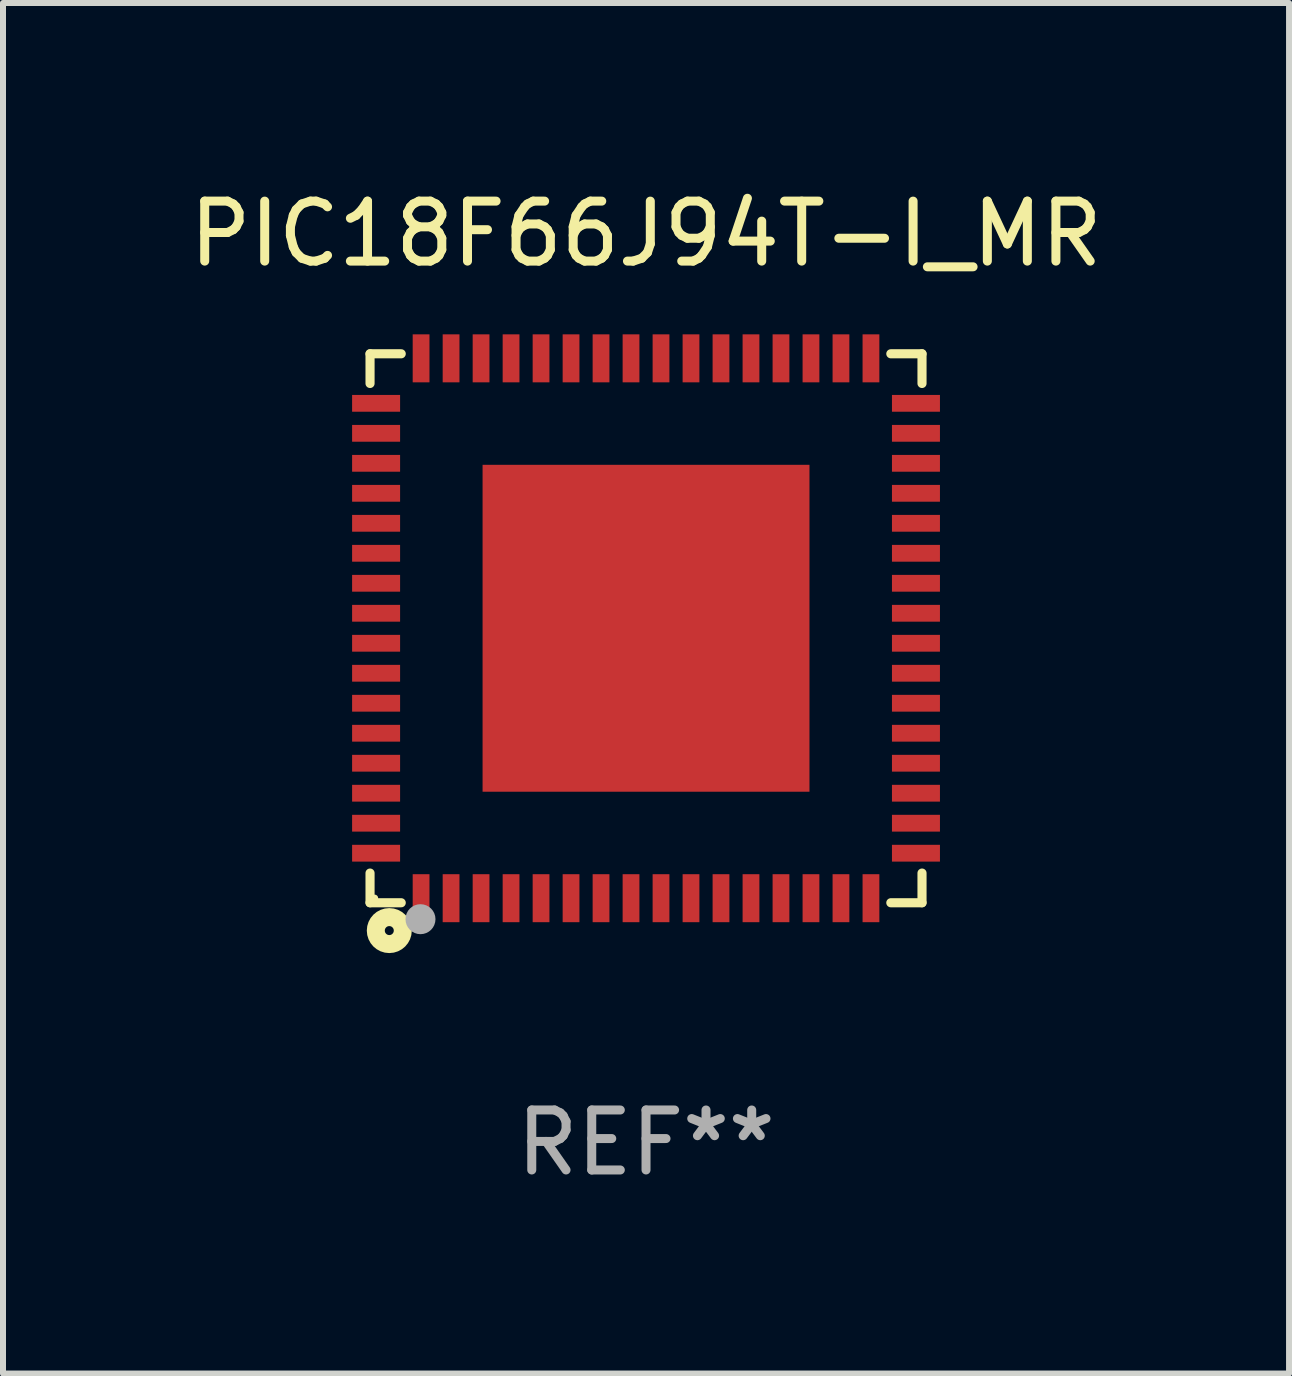
<source format=kicad_pcb>
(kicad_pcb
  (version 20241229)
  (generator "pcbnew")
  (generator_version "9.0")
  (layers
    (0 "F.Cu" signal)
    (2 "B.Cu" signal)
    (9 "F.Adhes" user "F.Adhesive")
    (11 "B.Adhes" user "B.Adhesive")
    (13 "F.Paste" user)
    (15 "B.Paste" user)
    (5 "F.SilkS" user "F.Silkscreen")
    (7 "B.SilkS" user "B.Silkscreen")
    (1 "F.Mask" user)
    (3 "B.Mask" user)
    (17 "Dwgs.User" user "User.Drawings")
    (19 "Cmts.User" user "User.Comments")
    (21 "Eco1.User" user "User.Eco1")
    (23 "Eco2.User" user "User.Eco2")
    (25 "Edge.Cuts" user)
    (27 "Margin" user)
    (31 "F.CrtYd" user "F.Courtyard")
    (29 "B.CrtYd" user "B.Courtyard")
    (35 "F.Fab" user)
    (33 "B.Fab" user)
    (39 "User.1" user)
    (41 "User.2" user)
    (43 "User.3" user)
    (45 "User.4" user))
  (footprint "PIC18F66J94T-I_MR"
    (layer "F.Cu")
    (at 7.72 7.424)
    (property "Reference" "PIC18F66J94T-I_MR" (at 0 -6.576 0) (layer "F.SilkS") (effects (font (size 1 1) (thickness 0.15))))
    (attr through_hole)
    (fp_line (start -4.601 -4.576) (end -4.081 -4.576) (stroke (width 0.152) (type solid)) (layer "F.SilkS"))
    (fp_line (start -4.601 -4.081) (end -4.601 -4.576) (stroke (width 0.152) (type solid)) (layer "F.SilkS"))
    (fp_line (start -4.601 4.081) (end -4.601 4.576) (stroke (width 0.152) (type solid)) (layer "F.SilkS"))
    (fp_line (start -4.601 4.576) (end -4.081 4.576) (stroke (width 0.152) (type solid)) (layer "F.SilkS"))
    (fp_line (start 4.601 -4.576) (end 4.081 -4.576) (stroke (width 0.152) (type solid)) (layer "F.SilkS"))
    (fp_line (start 4.601 -4.081) (end 4.601 -4.576) (stroke (width 0.152) (type solid)) (layer "F.SilkS"))
    (fp_line (start 4.601 4.081) (end 4.601 4.576) (stroke (width 0.152) (type solid)) (layer "F.SilkS"))
    (fp_line (start 4.601 4.576) (end 4.081 4.576) (stroke (width 0.152) (type solid)) (layer "F.SilkS"))
    (fp_circle (center -4.525 4.5) (end -4.495 4.5) (stroke (width 0.06) (type solid)) (fill no) (layer "F.SilkS"))
    (fp_circle (center -4.28 5.04) (end -4.205 5.04) (stroke (width 0.3) (type solid)) (fill no) (layer "F.SilkS"))
    (fp_circle (center -3.76 4.85) (end -3.635 4.85) (stroke (width 0.25) (type solid)) (fill no) (layer "F.Fab"))
    (fp_text user "REF**" (at 0 8.576 0) (layer "F.Fab") (effects (font (size 1 1) (thickness 0.15))))
    (pad "1" smd rect (at -3.75 4.5) (size 0.28 0.8) (layers "F.Cu" "F.Mask" "F.Paste"))
    (pad "2" smd rect (at -3.25 4.5) (size 0.28 0.8) (layers "F.Cu" "F.Mask" "F.Paste"))
    (pad "3" smd rect (at -2.75 4.5) (size 0.28 0.8) (layers "F.Cu" "F.Mask" "F.Paste"))
    (pad "4" smd rect (at -2.25 4.5) (size 0.28 0.8) (layers "F.Cu" "F.Mask" "F.Paste"))
    (pad "5" smd rect (at -1.75 4.5) (size 0.28 0.8) (layers "F.Cu" "F.Mask" "F.Paste"))
    (pad "6" smd rect (at -1.25 4.5) (size 0.28 0.8) (layers "F.Cu" "F.Mask" "F.Paste"))
    (pad "7" smd rect (at -0.75 4.5) (size 0.28 0.8) (layers "F.Cu" "F.Mask" "F.Paste"))
    (pad "8" smd rect (at -0.25 4.5) (size 0.28 0.8) (layers "F.Cu" "F.Mask" "F.Paste"))
    (pad "9" smd rect (at 0.25 4.5) (size 0.28 0.8) (layers "F.Cu" "F.Mask" "F.Paste"))
    (pad "10" smd rect (at 0.75 4.5) (size 0.28 0.8) (layers "F.Cu" "F.Mask" "F.Paste"))
    (pad "11" smd rect (at 1.25 4.5) (size 0.28 0.8) (layers "F.Cu" "F.Mask" "F.Paste"))
    (pad "12" smd rect (at 1.75 4.5) (size 0.28 0.8) (layers "F.Cu" "F.Mask" "F.Paste"))
    (pad "13" smd rect (at 2.25 4.5) (size 0.28 0.8) (layers "F.Cu" "F.Mask" "F.Paste"))
    (pad "14" smd rect (at 2.75 4.5) (size 0.28 0.8) (layers "F.Cu" "F.Mask" "F.Paste"))
    (pad "15" smd rect (at 3.25 4.5) (size 0.28 0.8) (layers "F.Cu" "F.Mask" "F.Paste"))
    (pad "16" smd rect (at 3.75 4.5) (size 0.28 0.8) (layers "F.Cu" "F.Mask" "F.Paste"))
    (pad "17" smd rect (at 4.5 3.75) (size 0.8 0.28) (layers "F.Cu" "F.Mask" "F.Paste"))
    (pad "18" smd rect (at 4.5 3.25) (size 0.8 0.28) (layers "F.Cu" "F.Mask" "F.Paste"))
    (pad "19" smd rect (at 4.5 2.75) (size 0.8 0.28) (layers "F.Cu" "F.Mask" "F.Paste"))
    (pad "20" smd rect (at 4.5 2.25) (size 0.8 0.28) (layers "F.Cu" "F.Mask" "F.Paste"))
    (pad "21" smd rect (at 4.5 1.75) (size 0.8 0.28) (layers "F.Cu" "F.Mask" "F.Paste"))
    (pad "22" smd rect (at 4.5 1.25) (size 0.8 0.28) (layers "F.Cu" "F.Mask" "F.Paste"))
    (pad "23" smd rect (at 4.5 0.75) (size 0.8 0.28) (layers "F.Cu" "F.Mask" "F.Paste"))
    (pad "24" smd rect (at 4.5 0.25) (size 0.8 0.28) (layers "F.Cu" "F.Mask" "F.Paste"))
    (pad "25" smd rect (at 4.5 -0.25) (size 0.8 0.28) (layers "F.Cu" "F.Mask" "F.Paste"))
    (pad "26" smd rect (at 4.5 -0.75) (size 0.8 0.28) (layers "F.Cu" "F.Mask" "F.Paste"))
    (pad "27" smd rect (at 4.5 -1.25) (size 0.8 0.28) (layers "F.Cu" "F.Mask" "F.Paste"))
    (pad "28" smd rect (at 4.5 -1.75) (size 0.8 0.28) (layers "F.Cu" "F.Mask" "F.Paste"))
    (pad "29" smd rect (at 4.5 -2.25) (size 0.8 0.28) (layers "F.Cu" "F.Mask" "F.Paste"))
    (pad "30" smd rect (at 4.5 -2.75) (size 0.8 0.28) (layers "F.Cu" "F.Mask" "F.Paste"))
    (pad "31" smd rect (at 4.5 -3.25) (size 0.8 0.28) (layers "F.Cu" "F.Mask" "F.Paste"))
    (pad "32" smd rect (at 4.5 -3.75) (size 0.8 0.28) (layers "F.Cu" "F.Mask" "F.Paste"))
    (pad "33" smd rect (at 3.75 -4.5) (size 0.28 0.8) (layers "F.Cu" "F.Mask" "F.Paste"))
    (pad "34" smd rect (at 3.25 -4.5) (size 0.28 0.8) (layers "F.Cu" "F.Mask" "F.Paste"))
    (pad "35" smd rect (at 2.75 -4.5) (size 0.28 0.8) (layers "F.Cu" "F.Mask" "F.Paste"))
    (pad "36" smd rect (at 2.25 -4.5) (size 0.28 0.8) (layers "F.Cu" "F.Mask" "F.Paste"))
    (pad "37" smd rect (at 1.75 -4.5) (size 0.28 0.8) (layers "F.Cu" "F.Mask" "F.Paste"))
    (pad "38" smd rect (at 1.25 -4.5) (size 0.28 0.8) (layers "F.Cu" "F.Mask" "F.Paste"))
    (pad "39" smd rect (at 0.75 -4.5) (size 0.28 0.8) (layers "F.Cu" "F.Mask" "F.Paste"))
    (pad "40" smd rect (at 0.25 -4.5) (size 0.28 0.8) (layers "F.Cu" "F.Mask" "F.Paste"))
    (pad "41" smd rect (at -0.25 -4.5) (size 0.28 0.8) (layers "F.Cu" "F.Mask" "F.Paste"))
    (pad "42" smd rect (at -0.75 -4.5) (size 0.28 0.8) (layers "F.Cu" "F.Mask" "F.Paste"))
    (pad "43" smd rect (at -1.25 -4.5) (size 0.28 0.8) (layers "F.Cu" "F.Mask" "F.Paste"))
    (pad "44" smd rect (at -1.75 -4.5) (size 0.28 0.8) (layers "F.Cu" "F.Mask" "F.Paste"))
    (pad "45" smd rect (at -2.25 -4.5) (size 0.28 0.8) (layers "F.Cu" "F.Mask" "F.Paste"))
    (pad "46" smd rect (at -2.75 -4.5) (size 0.28 0.8) (layers "F.Cu" "F.Mask" "F.Paste"))
    (pad "47" smd rect (at -3.25 -4.5) (size 0.28 0.8) (layers "F.Cu" "F.Mask" "F.Paste"))
    (pad "48" smd rect (at -3.75 -4.5) (size 0.28 0.8) (layers "F.Cu" "F.Mask" "F.Paste"))
    (pad "49" smd rect (at -4.5 -3.75) (size 0.8 0.28) (layers "F.Cu" "F.Mask" "F.Paste"))
    (pad "50" smd rect (at -4.5 -3.25) (size 0.8 0.28) (layers "F.Cu" "F.Mask" "F.Paste"))
    (pad "51" smd rect (at -4.5 -2.75) (size 0.8 0.28) (layers "F.Cu" "F.Mask" "F.Paste"))
    (pad "52" smd rect (at -4.5 -2.25) (size 0.8 0.28) (layers "F.Cu" "F.Mask" "F.Paste"))
    (pad "53" smd rect (at -4.5 -1.75) (size 0.8 0.28) (layers "F.Cu" "F.Mask" "F.Paste"))
    (pad "54" smd rect (at -4.5 -1.25) (size 0.8 0.28) (layers "F.Cu" "F.Mask" "F.Paste"))
    (pad "55" smd rect (at -4.5 -0.75) (size 0.8 0.28) (layers "F.Cu" "F.Mask" "F.Paste"))
    (pad "56" smd rect (at -4.5 -0.25) (size 0.8 0.28) (layers "F.Cu" "F.Mask" "F.Paste"))
    (pad "57" smd rect (at -4.5 0.25) (size 0.8 0.28) (layers "F.Cu" "F.Mask" "F.Paste"))
    (pad "58" smd rect (at -4.5 0.75) (size 0.8 0.28) (layers "F.Cu" "F.Mask" "F.Paste"))
    (pad "59" smd rect (at -4.5 1.25) (size 0.8 0.28) (layers "F.Cu" "F.Mask" "F.Paste"))
    (pad "60" smd rect (at -4.5 1.75) (size 0.8 0.28) (layers "F.Cu" "F.Mask" "F.Paste"))
    (pad "61" smd rect (at -4.5 2.25) (size 0.8 0.28) (layers "F.Cu" "F.Mask" "F.Paste"))
    (pad "62" smd rect (at -4.5 2.75) (size 0.8 0.28) (layers "F.Cu" "F.Mask" "F.Paste"))
    (pad "63" smd rect (at -4.5 3.25) (size 0.8 0.28) (layers "F.Cu" "F.Mask" "F.Paste"))
    (pad "64" smd rect (at -4.5 3.75) (size 0.8 0.28) (layers "F.Cu" "F.Mask" "F.Paste"))
    (pad "65" smd rect (at 0 0) (size 5.45 5.45) (layers "F.Cu" "F.Mask" "F.Paste")))
  (gr_rect
    (start -3 -3)
    (end 18.44 19.849)
    (stroke (width 0.1) (type default))
    (fill no)
    (layer "Edge.Cuts")))
</source>
